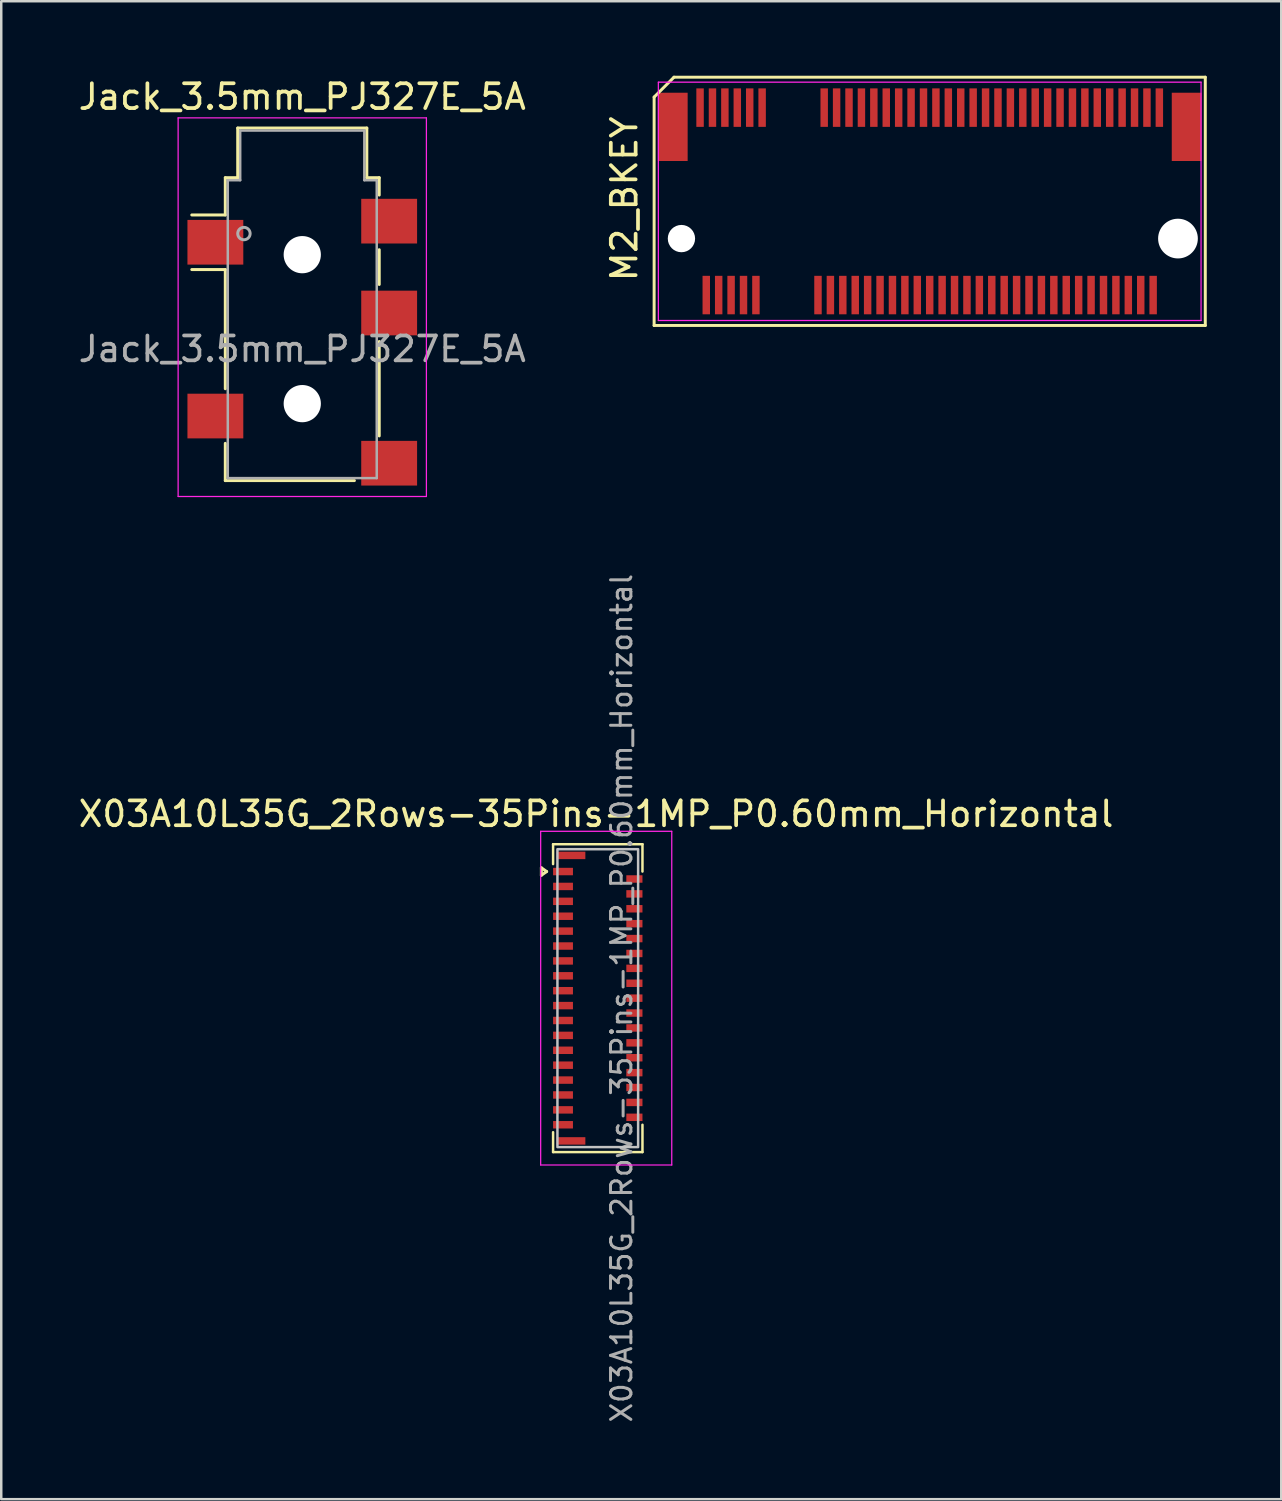
<source format=kicad_pcb>
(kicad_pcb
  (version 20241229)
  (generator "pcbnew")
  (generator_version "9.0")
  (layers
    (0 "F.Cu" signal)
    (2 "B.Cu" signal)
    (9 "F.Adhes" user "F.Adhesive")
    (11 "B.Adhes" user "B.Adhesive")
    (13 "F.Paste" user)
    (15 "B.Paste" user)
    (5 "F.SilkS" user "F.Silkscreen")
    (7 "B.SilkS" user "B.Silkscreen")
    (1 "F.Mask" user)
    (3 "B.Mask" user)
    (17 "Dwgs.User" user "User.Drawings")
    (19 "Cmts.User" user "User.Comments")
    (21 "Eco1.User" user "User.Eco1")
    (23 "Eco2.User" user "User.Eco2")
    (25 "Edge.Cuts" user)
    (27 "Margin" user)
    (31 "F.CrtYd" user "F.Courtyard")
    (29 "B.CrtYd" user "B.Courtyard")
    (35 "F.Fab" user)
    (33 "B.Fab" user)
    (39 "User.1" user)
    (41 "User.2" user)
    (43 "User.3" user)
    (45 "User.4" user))
  (footprint "X03A10L35G_2Rows-35Pins-1MP_P0.60mm_Horizontal"
    (layer "F.Cu")
    (at 21.028 37.155)
    (property "Reference" "X03A10L35G_2Rows-35Pins-1MP_P0.60mm_Horizontal" (at -0.07 -7.42 0) (layer "F.SilkS") (effects (font (size 1 1) (thickness 0.15))))
    (attr smd)
    (fp_line (start -2.272 -5.25) (end -2.06 -5.1) (stroke (width 0.12) (type solid)) (layer "F.SilkS"))
    (fp_line (start -2.272 -4.95) (end -2.272 -5.25) (stroke (width 0.12) (type solid)) (layer "F.SilkS"))
    (fp_line (start -2.06 -5.1) (end -2.272 -4.95) (stroke (width 0.12) (type solid)) (layer "F.SilkS"))
    (fp_line (start -1.8 -6.2) (end 1.8 -6.2) (stroke (width 0.1) (type default)) (layer "F.SilkS"))
    (fp_line (start -1.8 -5.4) (end -1.8 -6.2) (stroke (width 0.1) (type default)) (layer "F.SilkS"))
    (fp_line (start -1.8 6.2) (end -1.8 5.4) (stroke (width 0.1) (type default)) (layer "F.SilkS"))
    (fp_line (start 1.8 -6.2) (end 1.8 -5.1) (stroke (width 0.1) (type default)) (layer "F.SilkS"))
    (fp_line (start 1.8 5.1) (end 1.8 6.2) (stroke (width 0.1) (type default)) (layer "F.SilkS"))
    (fp_line (start 1.8 6.2) (end -1.8 6.2) (stroke (width 0.1) (type default)) (layer "F.SilkS"))
    (fp_rect (start -1.625 -6) (end 1.625 6) (stroke (width 0.1) (type default)) (fill no) (layer "Dwgs.User"))
    (fp_line (start -2.3 -6.72) (end -2.3 6.72) (stroke (width 0.05) (type solid)) (layer "F.CrtYd"))
    (fp_line (start -2.3 6.72) (end 2.98 6.72) (stroke (width 0.05) (type solid)) (layer "F.CrtYd"))
    (fp_line (start 2.98 -6.72) (end -2.3 -6.72) (stroke (width 0.05) (type solid)) (layer "F.CrtYd"))
    (fp_line (start 2.98 6.72) (end 2.98 -6.72) (stroke (width 0.05) (type solid)) (layer "F.CrtYd"))
    (fp_text user "${REFERENCE}" (at 0.96 0 90) (layer "F.Fab") (effects (font (size 0.82 0.82) (thickness 0.12))))
    (pad "1" smd rect (at -1.4 -5.1) (size 0.8 0.3) (layers "F.Cu" "F.Mask" "F.Paste"))
    (pad "2" smd rect (at 1.475 -4.8) (size 0.65 0.3) (layers "F.Cu" "F.Mask" "F.Paste"))
    (pad "3" smd rect (at -1.4 -4.5) (size 0.8 0.3) (layers "F.Cu" "F.Mask" "F.Paste"))
    (pad "4" smd rect (at 1.475 -4.2) (size 0.65 0.3) (layers "F.Cu" "F.Mask" "F.Paste"))
    (pad "5" smd rect (at -1.4 -3.9) (size 0.8 0.3) (layers "F.Cu" "F.Mask" "F.Paste"))
    (pad "6" smd rect (at 1.475 -3.6) (size 0.65 0.3) (layers "F.Cu" "F.Mask" "F.Paste"))
    (pad "7" smd rect (at -1.4 -3.3) (size 0.8 0.3) (layers "F.Cu" "F.Mask" "F.Paste"))
    (pad "8" smd rect (at 1.475 -3) (size 0.65 0.3) (layers "F.Cu" "F.Mask" "F.Paste"))
    (pad "9" smd rect (at -1.4 -2.7) (size 0.8 0.3) (layers "F.Cu" "F.Mask" "F.Paste"))
    (pad "10" smd rect (at 1.475 -2.4) (size 0.65 0.3) (layers "F.Cu" "F.Mask" "F.Paste"))
    (pad "11" smd rect (at -1.4 -2.1) (size 0.8 0.3) (layers "F.Cu" "F.Mask" "F.Paste"))
    (pad "12" smd rect (at 1.475 -1.8) (size 0.65 0.3) (layers "F.Cu" "F.Mask" "F.Paste"))
    (pad "13" smd rect (at -1.4 -1.5) (size 0.8 0.3) (layers "F.Cu" "F.Mask" "F.Paste"))
    (pad "14" smd rect (at 1.475 -1.2) (size 0.65 0.3) (layers "F.Cu" "F.Mask" "F.Paste"))
    (pad "15" smd rect (at -1.4 -0.9) (size 0.8 0.3) (layers "F.Cu" "F.Mask" "F.Paste"))
    (pad "16" smd rect (at 1.475 -0.6) (size 0.65 0.3) (layers "F.Cu" "F.Mask" "F.Paste"))
    (pad "17" smd rect (at -1.4 -0.3) (size 0.8 0.3) (layers "F.Cu" "F.Mask" "F.Paste"))
    (pad "18" smd rect (at 1.475 0) (size 0.65 0.3) (layers "F.Cu" "F.Mask" "F.Paste"))
    (pad "19" smd rect (at -1.4 0.3) (size 0.8 0.3) (layers "F.Cu" "F.Mask" "F.Paste"))
    (pad "20" smd rect (at 1.475 0.6) (size 0.65 0.3) (layers "F.Cu" "F.Mask" "F.Paste"))
    (pad "21" smd rect (at -1.4 0.9) (size 0.8 0.3) (layers "F.Cu" "F.Mask" "F.Paste"))
    (pad "22" smd rect (at 1.475 1.2) (size 0.65 0.3) (layers "F.Cu" "F.Mask" "F.Paste"))
    (pad "23" smd rect (at -1.4 1.5) (size 0.8 0.3) (layers "F.Cu" "F.Mask" "F.Paste"))
    (pad "24" smd rect (at 1.475 1.8) (size 0.65 0.3) (layers "F.Cu" "F.Mask" "F.Paste"))
    (pad "25" smd rect (at -1.4 2.1) (size 0.8 0.3) (layers "F.Cu" "F.Mask" "F.Paste"))
    (pad "26" smd rect (at 1.475 2.4) (size 0.65 0.3) (layers "F.Cu" "F.Mask" "F.Paste"))
    (pad "27" smd rect (at -1.4 2.7) (size 0.8 0.3) (layers "F.Cu" "F.Mask" "F.Paste"))
    (pad "28" smd rect (at 1.475 3) (size 0.65 0.3) (layers "F.Cu" "F.Mask" "F.Paste"))
    (pad "29" smd rect (at -1.4 3.3) (size 0.8 0.3) (layers "F.Cu" "F.Mask" "F.Paste"))
    (pad "30" smd rect (at 1.475 3.6) (size 0.65 0.3) (layers "F.Cu" "F.Mask" "F.Paste"))
    (pad "31" smd rect (at -1.4 3.9) (size 0.8 0.3) (layers "F.Cu" "F.Mask" "F.Paste"))
    (pad "32" smd rect (at 1.475 4.2) (size 0.65 0.3) (layers "F.Cu" "F.Mask" "F.Paste"))
    (pad "33" smd rect (at -1.4 4.5) (size 0.8 0.3) (layers "F.Cu" "F.Mask" "F.Paste"))
    (pad "34" smd rect (at 1.475 4.8) (size 0.65 0.3) (layers "F.Cu" "F.Mask" "F.Paste"))
    (pad "35" smd rect (at -1.4 5.1) (size 0.8 0.3) (layers "F.Cu" "F.Mask" "F.Paste"))
    (pad "MP" smd rect (at -1.075 -5.75) (size 1.15 0.3) (layers "F.Cu" "F.Mask" "F.Paste"))
    (pad "MP" smd rect (at -1.075 5.75) (size 1.15 0.3) (layers "F.Cu" "F.Mask" "F.Paste")))
  (footprint "Jack_3.5mm_PJ327E_5A"
    (layer "F.Cu")
    (at 9.125 11.008)
    (property "Reference" "Jack_3.5mm_PJ327E_5A" (at 0 -10.16 0) (layer "F.SilkS") (effects (font (size 1 1) (thickness 0.15))))
    (attr smd)
    (fp_line (start -3.1 -6.9) (end -2.6 -6.9) (stroke (width 0.12) (type solid)) (layer "F.SilkS"))
    (fp_line (start -3.1 -5.4) (end -4.45 -5.4) (stroke (width 0.12) (type solid)) (layer "F.SilkS"))
    (fp_line (start -3.1 -5.4) (end -3.1 -6.9) (stroke (width 0.12) (type solid)) (layer "F.SilkS"))
    (fp_line (start -3.1 -3.2) (end -4.45 -3.2) (stroke (width 0.12) (type solid)) (layer "F.SilkS"))
    (fp_line (start -3.1 1.6) (end -3.1 -3.2) (stroke (width 0.12) (type solid)) (layer "F.SilkS"))
    (fp_line (start -3.1 5.3) (end -3.1 3.8) (stroke (width 0.12) (type solid)) (layer "F.SilkS"))
    (fp_line (start -2.6 -8.9) (end 2.6 -8.9) (stroke (width 0.12) (type solid)) (layer "F.SilkS"))
    (fp_line (start -2.6 -6.9) (end -2.6 -8.9) (stroke (width 0.12) (type solid)) (layer "F.SilkS"))
    (fp_line (start 2.1 5.3) (end -3.1 5.3) (stroke (width 0.12) (type solid)) (layer "F.SilkS"))
    (fp_line (start 2.6 -8.9) (end 2.6 -6.9) (stroke (width 0.12) (type solid)) (layer "F.SilkS"))
    (fp_line (start 2.6 -6.9) (end 3.1 -6.9) (stroke (width 0.12) (type solid)) (layer "F.SilkS"))
    (fp_line (start 3.1 -6.9) (end 3.1 -6.2) (stroke (width 0.12) (type solid)) (layer "F.SilkS"))
    (fp_line (start 3.1 -4) (end 3.1 -2.6) (stroke (width 0.12) (type solid)) (layer "F.SilkS"))
    (fp_line (start 3.1 -0.3) (end 3.1 3.5) (stroke (width 0.12) (type solid)) (layer "F.SilkS"))
    (fp_line (start -5 -9.31) (end -5 5.94) (stroke (width 0.05) (type solid)) (layer "F.CrtYd"))
    (fp_line (start -5 -9.31) (end 5 -9.31) (stroke (width 0.05) (type solid)) (layer "F.CrtYd"))
    (fp_line (start -5 5.94) (end 5 5.94) (stroke (width 0.05) (type solid)) (layer "F.CrtYd"))
    (fp_line (start 5 5.94) (end 5 -9.31) (stroke (width 0.05) (type solid)) (layer "F.CrtYd"))
    (fp_line (start -3 -6.8) (end -3 5.2) (stroke (width 0.1) (type solid)) (layer "F.Fab"))
    (fp_line (start -3 5.2) (end 3 5.2) (stroke (width 0.1) (type solid)) (layer "F.Fab"))
    (fp_line (start -2.5 -8.8) (end -2.5 -6.8) (stroke (width 0.1) (type solid)) (layer "F.Fab"))
    (fp_line (start -2.5 -6.8) (end -3 -6.8) (stroke (width 0.1) (type solid)) (layer "F.Fab"))
    (fp_line (start 2.5 -8.8) (end -2.5 -8.8) (stroke (width 0.1) (type solid)) (layer "F.Fab"))
    (fp_line (start 2.5 -6.8) (end 2.5 -8.8) (stroke (width 0.1) (type solid)) (layer "F.Fab"))
    (fp_line (start 3 -6.8) (end 2.5 -6.8) (stroke (width 0.1) (type solid)) (layer "F.Fab"))
    (fp_line (start 3 5.2) (end 3 -6.8) (stroke (width 0.1) (type solid)) (layer "F.Fab"))
    (fp_circle (center -2.35 -4.65) (end -2.1 -4.65) (stroke (width 0.12) (type solid)) (fill no) (layer "F.Fab"))
    (fp_text user "${REFERENCE}" (at 0 0 0) (layer "F.Fab") (effects (font (size 1 1) (thickness 0.15))))
    (pad "" np_thru_hole circle (at 0 -3.8) (size 1.5 1.5) (drill 1.5) (layers "*.Cu" "*.Mask"))
    (pad "" np_thru_hole circle (at 0 2.2) (size 1.5 1.5) (drill 1.5) (layers "*.Cu" "*.Mask"))
    (pad "R" smd rect (at 3.5 -1.45) (size 2.25 1.8) (layers "F.Cu" "F.Mask" "F.Paste"))
    (pad "S" smd rect (at -3.5 -4.3) (size 2.25 1.8) (layers "F.Cu" "F.Mask" "F.Paste"))
    (pad "S" smd rect (at 3.5 -5.15) (size 2.25 1.8) (layers "F.Cu" "F.Mask" "F.Paste"))
    (pad "T" smd rect (at -3.5 2.7) (size 2.25 1.8) (layers "F.Cu" "F.Mask" "F.Paste"))
    (pad "TN" smd rect (at 3.5 4.6) (size 2.25 1.8) (layers "F.Cu" "F.Mask" "F.Paste")))
  (footprint "M2_BKEY"
    (layer "F.Cu")
    (at 34.398 5.06)
    (property "Reference" "M2_BKEY" (at -12.3 -0.1 90) (layer "F.SilkS") (effects (font (size 1 1) (thickness 0.15))))
    (attr smd)
    (fp_line (start -11.1 5) (end -11.1 -4.2) (stroke (width 0.12) (type solid)) (layer "F.SilkS"))
    (fp_line (start -10.3 -5) (end -11.1 -4.2) (stroke (width 0.12) (type solid)) (layer "F.SilkS"))
    (fp_line (start -10.3 -5) (end 11.1 -5) (stroke (width 0.12) (type solid)) (layer "F.SilkS"))
    (fp_line (start 11.1 -5) (end 11.1 5) (stroke (width 0.12) (type solid)) (layer "F.SilkS"))
    (fp_line (start 11.1 5) (end -11.1 5) (stroke (width 0.12) (type solid)) (layer "F.SilkS"))
    (fp_line (start -10.93 -4.8) (end 10.93 -4.8) (stroke (width 0.05) (type solid)) (layer "F.CrtYd"))
    (fp_line (start -10.93 4.8) (end -10.93 -4.8) (stroke (width 0.05) (type solid)) (layer "F.CrtYd"))
    (fp_line (start 10.93 -4.8) (end 10.93 4.8) (stroke (width 0.05) (type solid)) (layer "F.CrtYd"))
    (fp_line (start 10.93 4.8) (end -10.93 4.8) (stroke (width 0.05) (type solid)) (layer "F.CrtYd"))
    (pad "" np_thru_hole circle (at -10 1.5) (size 1.1 1.1) (drill 1.1) (layers "*.Cu" "*.Mask"))
    (pad "" np_thru_hole circle (at 10 1.5) (size 1.6 1.6) (drill 1.6) (layers "*.Cu" "*.Mask"))
    (pad "1" smd rect (at -9.25 -3.775) (size 0.3 1.55) (layers "F.Cu" "F.Mask" "F.Paste"))
    (pad "2" smd rect (at -9 3.775) (size 0.3 1.55) (layers "F.Cu" "F.Mask" "F.Paste"))
    (pad "3" smd rect (at -8.75 -3.775) (size 0.3 1.55) (layers "F.Cu" "F.Mask" "F.Paste"))
    (pad "4" smd rect (at -8.5 3.775) (size 0.3 1.55) (layers "F.Cu" "F.Mask" "F.Paste"))
    (pad "5" smd rect (at -8.25 -3.775) (size 0.3 1.55) (layers "F.Cu" "F.Mask" "F.Paste"))
    (pad "6" smd rect (at -8 3.775) (size 0.3 1.55) (layers "F.Cu" "F.Mask" "F.Paste"))
    (pad "7" smd rect (at -7.75 -3.775) (size 0.3 1.55) (layers "F.Cu" "F.Mask" "F.Paste"))
    (pad "8" smd rect (at -7.5 3.775) (size 0.3 1.55) (layers "F.Cu" "F.Mask" "F.Paste"))
    (pad "9" smd rect (at -7.25 -3.775) (size 0.3 1.55) (layers "F.Cu" "F.Mask" "F.Paste"))
    (pad "10" smd rect (at -7 3.775) (size 0.3 1.55) (layers "F.Cu" "F.Mask" "F.Paste"))
    (pad "11" smd rect (at -6.75 -3.775) (size 0.3 1.55) (layers "F.Cu" "F.Mask" "F.Paste"))
    (pad "20" smd rect (at -4.5 3.775) (size 0.3 1.55) (layers "F.Cu" "F.Mask" "F.Paste"))
    (pad "21" smd rect (at -4.25 -3.775) (size 0.3 1.55) (layers "F.Cu" "F.Mask" "F.Paste"))
    (pad "22" smd rect (at -4 3.775) (size 0.3 1.55) (layers "F.Cu" "F.Mask" "F.Paste"))
    (pad "23" smd rect (at -3.75 -3.775) (size 0.3 1.55) (layers "F.Cu" "F.Mask" "F.Paste"))
    (pad "24" smd rect (at -3.5 3.775) (size 0.3 1.55) (layers "F.Cu" "F.Mask" "F.Paste"))
    (pad "25" smd rect (at -3.25 -3.775) (size 0.3 1.55) (layers "F.Cu" "F.Mask" "F.Paste"))
    (pad "26" smd rect (at -3 3.775) (size 0.3 1.55) (layers "F.Cu" "F.Mask" "F.Paste"))
    (pad "27" smd rect (at -2.75 -3.775) (size 0.3 1.55) (layers "F.Cu" "F.Mask" "F.Paste"))
    (pad "28" smd rect (at -2.5 3.775) (size 0.3 1.55) (layers "F.Cu" "F.Mask" "F.Paste"))
    (pad "29" smd rect (at -2.25 -3.775) (size 0.3 1.55) (layers "F.Cu" "F.Mask" "F.Paste"))
    (pad "30" smd rect (at -2 3.775) (size 0.3 1.55) (layers "F.Cu" "F.Mask" "F.Paste"))
    (pad "31" smd rect (at -1.75 -3.775) (size 0.3 1.55) (layers "F.Cu" "F.Mask" "F.Paste"))
    (pad "32" smd rect (at -1.5 3.775) (size 0.3 1.55) (layers "F.Cu" "F.Mask" "F.Paste"))
    (pad "33" smd rect (at -1.25 -3.775) (size 0.3 1.55) (layers "F.Cu" "F.Mask" "F.Paste"))
    (pad "34" smd rect (at -1 3.775) (size 0.3 1.55) (layers "F.Cu" "F.Mask" "F.Paste"))
    (pad "35" smd rect (at -0.75 -3.775) (size 0.3 1.55) (layers "F.Cu" "F.Mask" "F.Paste"))
    (pad "36" smd rect (at -0.5 3.775) (size 0.3 1.55) (layers "F.Cu" "F.Mask" "F.Paste"))
    (pad "37" smd rect (at -0.25 -3.775) (size 0.3 1.55) (layers "F.Cu" "F.Mask" "F.Paste"))
    (pad "38" smd rect (at 0 3.775) (size 0.3 1.55) (layers "F.Cu" "F.Mask" "F.Paste"))
    (pad "39" smd rect (at 0.25 -3.775) (size 0.3 1.55) (layers "F.Cu" "F.Mask" "F.Paste"))
    (pad "40" smd rect (at 0.5 3.775) (size 0.3 1.55) (layers "F.Cu" "F.Mask" "F.Paste"))
    (pad "41" smd rect (at 0.75 -3.775) (size 0.3 1.55) (layers "F.Cu" "F.Mask" "F.Paste"))
    (pad "42" smd rect (at 1 3.775) (size 0.3 1.55) (layers "F.Cu" "F.Mask" "F.Paste"))
    (pad "43" smd rect (at 1.25 -3.775) (size 0.3 1.55) (layers "F.Cu" "F.Mask" "F.Paste"))
    (pad "44" smd rect (at 1.5 3.775) (size 0.3 1.55) (layers "F.Cu" "F.Mask" "F.Paste"))
    (pad "45" smd rect (at 1.75 -3.775) (size 0.3 1.55) (layers "F.Cu" "F.Mask" "F.Paste"))
    (pad "46" smd rect (at 2 3.775) (size 0.3 1.55) (layers "F.Cu" "F.Mask" "F.Paste"))
    (pad "47" smd rect (at 2.25 -3.775) (size 0.3 1.55) (layers "F.Cu" "F.Mask" "F.Paste"))
    (pad "48" smd rect (at 2.5 3.775) (size 0.3 1.55) (layers "F.Cu" "F.Mask" "F.Paste"))
    (pad "49" smd rect (at 2.75 -3.775) (size 0.3 1.55) (layers "F.Cu" "F.Mask" "F.Paste"))
    (pad "50" smd rect (at 3 3.775) (size 0.3 1.55) (layers "F.Cu" "F.Mask" "F.Paste"))
    (pad "51" smd rect (at 3.25 -3.775) (size 0.3 1.55) (layers "F.Cu" "F.Mask" "F.Paste"))
    (pad "52" smd rect (at 3.5 3.775) (size 0.3 1.55) (layers "F.Cu" "F.Mask" "F.Paste"))
    (pad "53" smd rect (at 3.75 -3.775) (size 0.3 1.55) (layers "F.Cu" "F.Mask" "F.Paste"))
    (pad "54" smd rect (at 4 3.775) (size 0.3 1.55) (layers "F.Cu" "F.Mask" "F.Paste"))
    (pad "55" smd rect (at 4.25 -3.775) (size 0.3 1.55) (layers "F.Cu" "F.Mask" "F.Paste"))
    (pad "56" smd rect (at 4.5 3.775) (size 0.3 1.55) (layers "F.Cu" "F.Mask" "F.Paste"))
    (pad "57" smd rect (at 4.75 -3.775) (size 0.3 1.55) (layers "F.Cu" "F.Mask" "F.Paste"))
    (pad "58" smd rect (at 5 3.775) (size 0.3 1.55) (layers "F.Cu" "F.Mask" "F.Paste"))
    (pad "59" smd rect (at 5.25 -3.775) (size 0.3 1.55) (layers "F.Cu" "F.Mask" "F.Paste"))
    (pad "60" smd rect (at 5.5 3.775) (size 0.3 1.55) (layers "F.Cu" "F.Mask" "F.Paste"))
    (pad "61" smd rect (at 5.75 -3.775) (size 0.3 1.55) (layers "F.Cu" "F.Mask" "F.Paste"))
    (pad "62" smd rect (at 6 3.775) (size 0.3 1.55) (layers "F.Cu" "F.Mask" "F.Paste"))
    (pad "63" smd rect (at 6.25 -3.775) (size 0.3 1.55) (layers "F.Cu" "F.Mask" "F.Paste"))
    (pad "64" smd rect (at 6.5 3.775) (size 0.3 1.55) (layers "F.Cu" "F.Mask" "F.Paste"))
    (pad "65" smd rect (at 6.75 -3.775) (size 0.3 1.55) (layers "F.Cu" "F.Mask" "F.Paste"))
    (pad "66" smd rect (at 7 3.775) (size 0.3 1.55) (layers "F.Cu" "F.Mask" "F.Paste"))
    (pad "67" smd rect (at 7.25 -3.775) (size 0.3 1.55) (layers "F.Cu" "F.Mask" "F.Paste"))
    (pad "68" smd rect (at 7.5 3.775) (size 0.3 1.55) (layers "F.Cu" "F.Mask" "F.Paste"))
    (pad "69" smd rect (at 7.75 -3.775) (size 0.3 1.55) (layers "F.Cu" "F.Mask" "F.Paste"))
    (pad "70" smd rect (at 8 3.775) (size 0.3 1.55) (layers "F.Cu" "F.Mask" "F.Paste"))
    (pad "71" smd rect (at 8.25 -3.775) (size 0.3 1.55) (layers "F.Cu" "F.Mask" "F.Paste"))
    (pad "72" smd rect (at 8.5 3.775) (size 0.3 1.55) (layers "F.Cu" "F.Mask" "F.Paste"))
    (pad "73" smd rect (at 8.75 -3.775) (size 0.3 1.55) (layers "F.Cu" "F.Mask" "F.Paste"))
    (pad "74" smd rect (at 9 3.775) (size 0.3 1.55) (layers "F.Cu" "F.Mask" "F.Paste"))
    (pad "75" smd rect (at 9.25 -3.775) (size 0.3 1.55) (layers "F.Cu" "F.Mask" "F.Paste"))
    (pad "MP" smd rect (at -10.35 -3) (size 1.2 2.75) (layers "F.Cu" "F.Mask" "F.Paste"))
    (pad "MP" smd rect (at 10.35 -3) (size 1.2 2.75) (layers "F.Cu" "F.Mask" "F.Paste")))
  (gr_rect
    (start -3 -3)
    (end 48.558 57.336)
    (stroke (width 0.1) (type default))
    (fill no)
    (layer "Edge.Cuts")))
</source>
